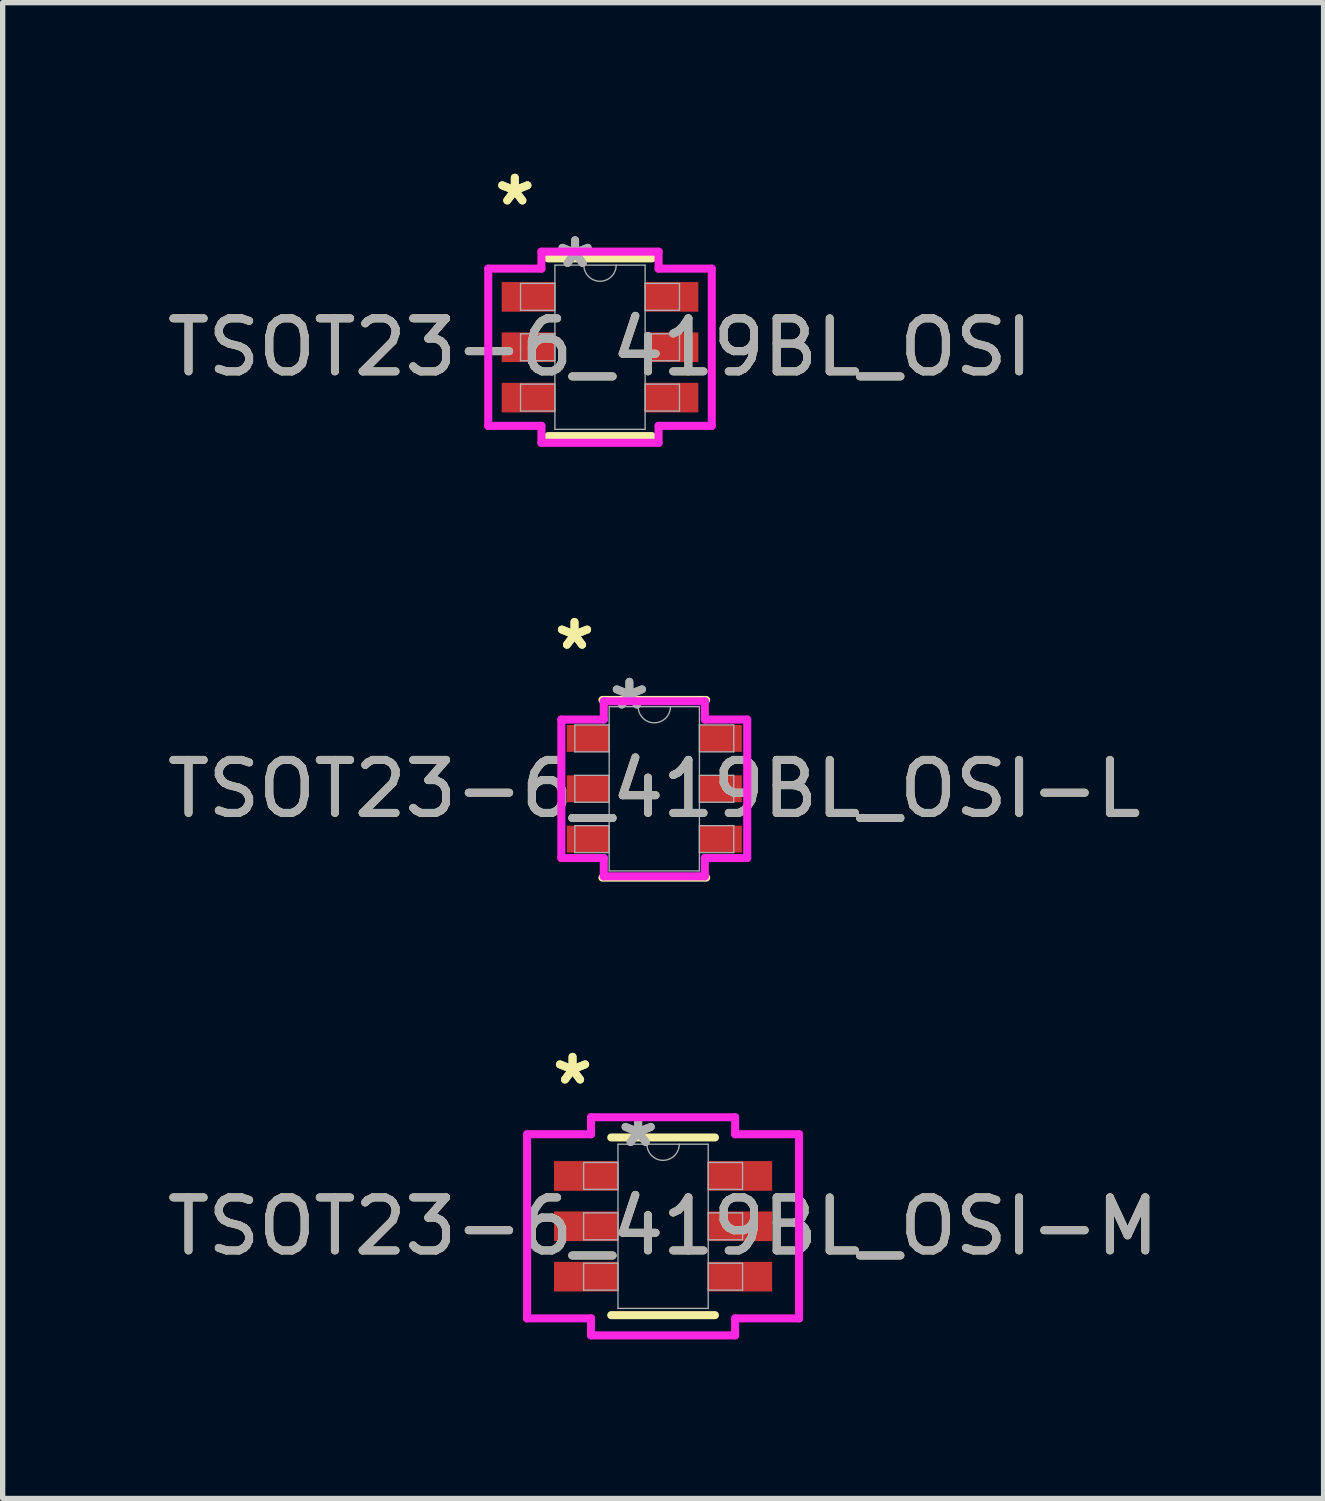
<source format=kicad_pcb>
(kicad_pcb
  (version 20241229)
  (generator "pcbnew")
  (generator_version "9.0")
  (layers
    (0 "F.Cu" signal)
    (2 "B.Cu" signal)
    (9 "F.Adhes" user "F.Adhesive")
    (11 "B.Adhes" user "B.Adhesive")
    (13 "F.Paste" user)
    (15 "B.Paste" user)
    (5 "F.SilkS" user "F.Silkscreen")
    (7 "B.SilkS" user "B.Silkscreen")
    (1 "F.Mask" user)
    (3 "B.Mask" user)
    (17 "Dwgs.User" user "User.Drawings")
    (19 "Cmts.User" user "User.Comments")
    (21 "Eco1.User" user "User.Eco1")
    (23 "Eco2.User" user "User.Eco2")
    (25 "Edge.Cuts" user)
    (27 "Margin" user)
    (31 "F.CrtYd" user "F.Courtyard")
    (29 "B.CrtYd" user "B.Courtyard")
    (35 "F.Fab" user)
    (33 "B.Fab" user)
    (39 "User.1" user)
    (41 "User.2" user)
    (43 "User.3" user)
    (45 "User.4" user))
  (footprint "TSOT23-6_419BL_OSI"
    (layer "F.Cu")
    (at 8.268 3.5)
    (property "Reference" "TSOT23-6_419BL_OSI" (at 0 0 0) (unlocked yes) (layer "F.SilkS") (effects (font (size 1 1) (thickness 0.15))))
    (attr smd)
    (fp_line (start -0.978 1.676) (end 0.978 1.676) (stroke (width 0.152) (type solid)) (layer "F.SilkS"))
    (fp_line (start 0.978 -1.676) (end -0.978 -1.676) (stroke (width 0.152) (type solid)) (layer "F.SilkS"))
    (fp_line (start -2.108 -1.483) (end -1.105 -1.483) (stroke (width 0.152) (type solid)) (layer "F.CrtYd"))
    (fp_line (start -2.108 1.483) (end -2.108 -1.483) (stroke (width 0.152) (type solid)) (layer "F.CrtYd"))
    (fp_line (start -2.108 1.483) (end -1.105 1.483) (stroke (width 0.152) (type solid)) (layer "F.CrtYd"))
    (fp_line (start -1.105 -1.803) (end 1.105 -1.803) (stroke (width 0.152) (type solid)) (layer "F.CrtYd"))
    (fp_line (start -1.105 -1.483) (end -1.105 -1.803) (stroke (width 0.152) (type solid)) (layer "F.CrtYd"))
    (fp_line (start -1.105 1.803) (end -1.105 1.483) (stroke (width 0.152) (type solid)) (layer "F.CrtYd"))
    (fp_line (start 1.105 -1.803) (end 1.105 -1.483) (stroke (width 0.152) (type solid)) (layer "F.CrtYd"))
    (fp_line (start 1.105 1.483) (end 1.105 1.803) (stroke (width 0.152) (type solid)) (layer "F.CrtYd"))
    (fp_line (start 1.105 1.803) (end -1.105 1.803) (stroke (width 0.152) (type solid)) (layer "F.CrtYd"))
    (fp_line (start 2.108 -1.483) (end 1.105 -1.483) (stroke (width 0.152) (type solid)) (layer "F.CrtYd"))
    (fp_line (start 2.108 -1.483) (end 2.108 1.483) (stroke (width 0.152) (type solid)) (layer "F.CrtYd"))
    (fp_line (start 2.108 1.483) (end 1.105 1.483) (stroke (width 0.152) (type solid)) (layer "F.CrtYd"))
    (fp_line (start -1.499 -1.204) (end -1.499 -0.696) (stroke (width 0.025) (type solid)) (layer "F.Fab"))
    (fp_line (start -1.499 -0.696) (end -0.851 -0.696) (stroke (width 0.025) (type solid)) (layer "F.Fab"))
    (fp_line (start -1.499 -0.254) (end -1.499 0.254) (stroke (width 0.025) (type solid)) (layer "F.Fab"))
    (fp_line (start -1.499 0.254) (end -0.851 0.254) (stroke (width 0.025) (type solid)) (layer "F.Fab"))
    (fp_line (start -1.499 0.696) (end -1.499 1.204) (stroke (width 0.025) (type solid)) (layer "F.Fab"))
    (fp_line (start -1.499 1.204) (end -0.851 1.204) (stroke (width 0.025) (type solid)) (layer "F.Fab"))
    (fp_line (start -0.851 -1.549) (end -0.851 1.549) (stroke (width 0.025) (type solid)) (layer "F.Fab"))
    (fp_line (start -0.851 -1.204) (end -1.499 -1.204) (stroke (width 0.025) (type solid)) (layer "F.Fab"))
    (fp_line (start -0.851 -0.696) (end -0.851 -1.204) (stroke (width 0.025) (type solid)) (layer "F.Fab"))
    (fp_line (start -0.851 -0.254) (end -1.499 -0.254) (stroke (width 0.025) (type solid)) (layer "F.Fab"))
    (fp_line (start -0.851 0.254) (end -0.851 -0.254) (stroke (width 0.025) (type solid)) (layer "F.Fab"))
    (fp_line (start -0.851 0.696) (end -1.499 0.696) (stroke (width 0.025) (type solid)) (layer "F.Fab"))
    (fp_line (start -0.851 1.204) (end -0.851 0.696) (stroke (width 0.025) (type solid)) (layer "F.Fab"))
    (fp_line (start -0.851 1.549) (end 0.851 1.549) (stroke (width 0.025) (type solid)) (layer "F.Fab"))
    (fp_line (start 0.851 -1.549) (end -0.851 -1.549) (stroke (width 0.025) (type solid)) (layer "F.Fab"))
    (fp_line (start 0.851 -1.204) (end 0.851 -0.696) (stroke (width 0.025) (type solid)) (layer "F.Fab"))
    (fp_line (start 0.851 -0.696) (end 1.499 -0.696) (stroke (width 0.025) (type solid)) (layer "F.Fab"))
    (fp_line (start 0.851 -0.254) (end 0.851 0.254) (stroke (width 0.025) (type solid)) (layer "F.Fab"))
    (fp_line (start 0.851 0.254) (end 1.499 0.254) (stroke (width 0.025) (type solid)) (layer "F.Fab"))
    (fp_line (start 0.851 0.696) (end 0.851 1.204) (stroke (width 0.025) (type solid)) (layer "F.Fab"))
    (fp_line (start 0.851 1.204) (end 1.499 1.204) (stroke (width 0.025) (type solid)) (layer "F.Fab"))
    (fp_line (start 0.851 1.549) (end 0.851 -1.549) (stroke (width 0.025) (type solid)) (layer "F.Fab"))
    (fp_line (start 1.499 -1.204) (end 0.851 -1.204) (stroke (width 0.025) (type solid)) (layer "F.Fab"))
    (fp_line (start 1.499 -0.696) (end 1.499 -1.204) (stroke (width 0.025) (type solid)) (layer "F.Fab"))
    (fp_line (start 1.499 -0.254) (end 0.851 -0.254) (stroke (width 0.025) (type solid)) (layer "F.Fab"))
    (fp_line (start 1.499 0.254) (end 1.499 -0.254) (stroke (width 0.025) (type solid)) (layer "F.Fab"))
    (fp_line (start 1.499 0.696) (end 0.851 0.696) (stroke (width 0.025) (type solid)) (layer "F.Fab"))
    (fp_line (start 1.499 1.204) (end 1.499 0.696) (stroke (width 0.025) (type solid)) (layer "F.Fab"))
    (fp_arc (start 0.3048 -1.5494) (mid 0 -1.2446) (end -0.3048 -1.5494) (stroke (width 0.0254) (type solid)) (layer "F.Fab"))
    (fp_text user "*" (at -1.607 -2.652 0) (unlocked yes) (layer "F.SilkS") (effects (font (size 1 1) (thickness 0.15))))
    (fp_text user "*" (at -1.607 -2.652 0) (layer "F.SilkS") (effects (font (size 1 1) (thickness 0.15))))
    (fp_text user "*" (at -0.47 -1.473 0) (layer "F.Fab") (effects (font (size 1 1) (thickness 0.15))))
    (fp_text user "${REFERENCE}" (at 0 0 0) (unlocked yes) (layer "F.Fab") (effects (font (size 1 1) (thickness 0.15))))
    (fp_text user "*" (at -0.47 -1.473 0) (unlocked yes) (layer "F.Fab") (effects (font (size 1 1) (thickness 0.15))))
    (pad "1" smd rect (at -1.353 -0.95) (size 1.003 0.559) (layers "F.Cu" "F.Mask" "F.Paste"))
    (pad "2" smd rect (at -1.353 0) (size 1.003 0.559) (layers "F.Cu" "F.Mask" "F.Paste"))
    (pad "3" smd rect (at -1.353 0.95) (size 1.003 0.559) (layers "F.Cu" "F.Mask" "F.Paste"))
    (pad "4" smd rect (at 1.353 0.95) (size 1.003 0.559) (layers "F.Cu" "F.Mask" "F.Paste"))
    (pad "5" smd rect (at 1.353 0) (size 1.003 0.559) (layers "F.Cu" "F.Mask" "F.Paste"))
    (pad "6" smd rect (at 1.353 -0.95) (size 1.003 0.559) (layers "F.Cu" "F.Mask" "F.Paste")))
  (footprint "TSOT23-6_419BL_OSI-M"
    (layer "F.Cu")
    (at 9.458 20.082)
    (property "Reference" "TSOT23-6_419BL_OSI-M" (at 0 0 0) (unlocked yes) (layer "F.SilkS") (effects (font (size 1 1) (thickness 0.15))))
    (attr smd)
    (fp_line (start -0.978 1.676) (end 0.978 1.676) (stroke (width 0.152) (type solid)) (layer "F.SilkS"))
    (fp_line (start 0.978 -1.676) (end -0.978 -1.676) (stroke (width 0.152) (type solid)) (layer "F.SilkS"))
    (fp_line (start -2.565 -1.737) (end -1.359 -1.737) (stroke (width 0.152) (type solid)) (layer "F.CrtYd"))
    (fp_line (start -2.565 1.737) (end -2.565 -1.737) (stroke (width 0.152) (type solid)) (layer "F.CrtYd"))
    (fp_line (start -2.565 1.737) (end -1.359 1.737) (stroke (width 0.152) (type solid)) (layer "F.CrtYd"))
    (fp_line (start -1.359 -2.057) (end 1.359 -2.057) (stroke (width 0.152) (type solid)) (layer "F.CrtYd"))
    (fp_line (start -1.359 -1.737) (end -1.359 -2.057) (stroke (width 0.152) (type solid)) (layer "F.CrtYd"))
    (fp_line (start -1.359 2.057) (end -1.359 1.737) (stroke (width 0.152) (type solid)) (layer "F.CrtYd"))
    (fp_line (start 1.359 -2.057) (end 1.359 -1.737) (stroke (width 0.152) (type solid)) (layer "F.CrtYd"))
    (fp_line (start 1.359 1.737) (end 1.359 2.057) (stroke (width 0.152) (type solid)) (layer "F.CrtYd"))
    (fp_line (start 1.359 2.057) (end -1.359 2.057) (stroke (width 0.152) (type solid)) (layer "F.CrtYd"))
    (fp_line (start 2.565 -1.737) (end 1.359 -1.737) (stroke (width 0.152) (type solid)) (layer "F.CrtYd"))
    (fp_line (start 2.565 -1.737) (end 2.565 1.737) (stroke (width 0.152) (type solid)) (layer "F.CrtYd"))
    (fp_line (start 2.565 1.737) (end 1.359 1.737) (stroke (width 0.152) (type solid)) (layer "F.CrtYd"))
    (fp_line (start -1.499 -1.204) (end -1.499 -0.696) (stroke (width 0.025) (type solid)) (layer "F.Fab"))
    (fp_line (start -1.499 -0.696) (end -0.851 -0.696) (stroke (width 0.025) (type solid)) (layer "F.Fab"))
    (fp_line (start -1.499 -0.254) (end -1.499 0.254) (stroke (width 0.025) (type solid)) (layer "F.Fab"))
    (fp_line (start -1.499 0.254) (end -0.851 0.254) (stroke (width 0.025) (type solid)) (layer "F.Fab"))
    (fp_line (start -1.499 0.696) (end -1.499 1.204) (stroke (width 0.025) (type solid)) (layer "F.Fab"))
    (fp_line (start -1.499 1.204) (end -0.851 1.204) (stroke (width 0.025) (type solid)) (layer "F.Fab"))
    (fp_line (start -0.851 -1.549) (end -0.851 1.549) (stroke (width 0.025) (type solid)) (layer "F.Fab"))
    (fp_line (start -0.851 -1.204) (end -1.499 -1.204) (stroke (width 0.025) (type solid)) (layer "F.Fab"))
    (fp_line (start -0.851 -0.696) (end -0.851 -1.204) (stroke (width 0.025) (type solid)) (layer "F.Fab"))
    (fp_line (start -0.851 -0.254) (end -1.499 -0.254) (stroke (width 0.025) (type solid)) (layer "F.Fab"))
    (fp_line (start -0.851 0.254) (end -0.851 -0.254) (stroke (width 0.025) (type solid)) (layer "F.Fab"))
    (fp_line (start -0.851 0.696) (end -1.499 0.696) (stroke (width 0.025) (type solid)) (layer "F.Fab"))
    (fp_line (start -0.851 1.204) (end -0.851 0.696) (stroke (width 0.025) (type solid)) (layer "F.Fab"))
    (fp_line (start -0.851 1.549) (end 0.851 1.549) (stroke (width 0.025) (type solid)) (layer "F.Fab"))
    (fp_line (start 0.851 -1.549) (end -0.851 -1.549) (stroke (width 0.025) (type solid)) (layer "F.Fab"))
    (fp_line (start 0.851 -1.204) (end 0.851 -0.696) (stroke (width 0.025) (type solid)) (layer "F.Fab"))
    (fp_line (start 0.851 -0.696) (end 1.499 -0.696) (stroke (width 0.025) (type solid)) (layer "F.Fab"))
    (fp_line (start 0.851 -0.254) (end 0.851 0.254) (stroke (width 0.025) (type solid)) (layer "F.Fab"))
    (fp_line (start 0.851 0.254) (end 1.499 0.254) (stroke (width 0.025) (type solid)) (layer "F.Fab"))
    (fp_line (start 0.851 0.696) (end 0.851 1.204) (stroke (width 0.025) (type solid)) (layer "F.Fab"))
    (fp_line (start 0.851 1.204) (end 1.499 1.204) (stroke (width 0.025) (type solid)) (layer "F.Fab"))
    (fp_line (start 0.851 1.549) (end 0.851 -1.549) (stroke (width 0.025) (type solid)) (layer "F.Fab"))
    (fp_line (start 1.499 -1.204) (end 0.851 -1.204) (stroke (width 0.025) (type solid)) (layer "F.Fab"))
    (fp_line (start 1.499 -0.696) (end 1.499 -1.204) (stroke (width 0.025) (type solid)) (layer "F.Fab"))
    (fp_line (start 1.499 -0.254) (end 0.851 -0.254) (stroke (width 0.025) (type solid)) (layer "F.Fab"))
    (fp_line (start 1.499 0.254) (end 1.499 -0.254) (stroke (width 0.025) (type solid)) (layer "F.Fab"))
    (fp_line (start 1.499 0.696) (end 0.851 0.696) (stroke (width 0.025) (type solid)) (layer "F.Fab"))
    (fp_line (start 1.499 1.204) (end 1.499 0.696) (stroke (width 0.025) (type solid)) (layer "F.Fab"))
    (fp_arc (start 0.3048 -1.5494) (mid 0 -1.2446) (end -0.3048 -1.5494) (stroke (width 0.0254) (type solid)) (layer "F.Fab"))
    (fp_text user "*" (at -1.708 -2.652 0) (layer "F.SilkS") (effects (font (size 1 1) (thickness 0.15))))
    (fp_text user "*" (at -1.708 -2.652 0) (unlocked yes) (layer "F.SilkS") (effects (font (size 1 1) (thickness 0.15))))
    (fp_text user "*" (at -0.47 -1.473 0) (layer "F.Fab") (effects (font (size 1 1) (thickness 0.15))))
    (fp_text user "*" (at -0.47 -1.473 0) (unlocked yes) (layer "F.Fab") (effects (font (size 1 1) (thickness 0.15))))
    (fp_text user "${REFERENCE}" (at 0 0 0) (unlocked yes) (layer "F.Fab") (effects (font (size 1 1) (thickness 0.15))))
    (pad "1" smd rect (at -1.454 -0.95) (size 1.206 0.559) (layers "F.Cu" "F.Mask" "F.Paste"))
    (pad "2" smd rect (at -1.454 0) (size 1.206 0.559) (layers "F.Cu" "F.Mask" "F.Paste"))
    (pad "3" smd rect (at -1.454 0.95) (size 1.206 0.559) (layers "F.Cu" "F.Mask" "F.Paste"))
    (pad "4" smd rect (at 1.454 0.95) (size 1.206 0.559) (layers "F.Cu" "F.Mask" "F.Paste"))
    (pad "5" smd rect (at 1.454 0) (size 1.206 0.559) (layers "F.Cu" "F.Mask" "F.Paste"))
    (pad "6" smd rect (at 1.454 -0.95) (size 1.206 0.559) (layers "F.Cu" "F.Mask" "F.Paste")))
  (footprint "TSOT23-6_419BL_OSI-L"
    (layer "F.Cu")
    (at 9.292 11.829)
    (property "Reference" "TSOT23-6_419BL_OSI-L" (at 0 0 0) (unlocked yes) (layer "F.SilkS") (effects (font (size 1 1) (thickness 0.15))))
    (attr smd)
    (fp_line (start -0.978 1.676) (end 0.978 1.676) (stroke (width 0.152) (type solid)) (layer "F.SilkS"))
    (fp_line (start 0.978 -1.676) (end -0.978 -1.676) (stroke (width 0.152) (type solid)) (layer "F.SilkS"))
    (fp_line (start -1.753 -1.306) (end -0.953 -1.306) (stroke (width 0.152) (type solid)) (layer "F.CrtYd"))
    (fp_line (start -1.753 1.306) (end -1.753 -1.306) (stroke (width 0.152) (type solid)) (layer "F.CrtYd"))
    (fp_line (start -1.753 1.306) (end -0.953 1.306) (stroke (width 0.152) (type solid)) (layer "F.CrtYd"))
    (fp_line (start -0.953 -1.651) (end 0.953 -1.651) (stroke (width 0.152) (type solid)) (layer "F.CrtYd"))
    (fp_line (start -0.953 -1.306) (end -0.953 -1.651) (stroke (width 0.152) (type solid)) (layer "F.CrtYd"))
    (fp_line (start -0.953 1.651) (end -0.953 1.306) (stroke (width 0.152) (type solid)) (layer "F.CrtYd"))
    (fp_line (start 0.953 -1.651) (end 0.953 -1.306) (stroke (width 0.152) (type solid)) (layer "F.CrtYd"))
    (fp_line (start 0.953 1.306) (end 0.953 1.651) (stroke (width 0.152) (type solid)) (layer "F.CrtYd"))
    (fp_line (start 0.953 1.651) (end -0.953 1.651) (stroke (width 0.152) (type solid)) (layer "F.CrtYd"))
    (fp_line (start 1.753 -1.306) (end 0.953 -1.306) (stroke (width 0.152) (type solid)) (layer "F.CrtYd"))
    (fp_line (start 1.753 -1.306) (end 1.753 1.306) (stroke (width 0.152) (type solid)) (layer "F.CrtYd"))
    (fp_line (start 1.753 1.306) (end 0.953 1.306) (stroke (width 0.152) (type solid)) (layer "F.CrtYd"))
    (fp_line (start -1.499 -1.204) (end -1.499 -0.696) (stroke (width 0.025) (type solid)) (layer "F.Fab"))
    (fp_line (start -1.499 -0.696) (end -0.851 -0.696) (stroke (width 0.025) (type solid)) (layer "F.Fab"))
    (fp_line (start -1.499 -0.254) (end -1.499 0.254) (stroke (width 0.025) (type solid)) (layer "F.Fab"))
    (fp_line (start -1.499 0.254) (end -0.851 0.254) (stroke (width 0.025) (type solid)) (layer "F.Fab"))
    (fp_line (start -1.499 0.696) (end -1.499 1.204) (stroke (width 0.025) (type solid)) (layer "F.Fab"))
    (fp_line (start -1.499 1.204) (end -0.851 1.204) (stroke (width 0.025) (type solid)) (layer "F.Fab"))
    (fp_line (start -0.851 -1.549) (end -0.851 1.549) (stroke (width 0.025) (type solid)) (layer "F.Fab"))
    (fp_line (start -0.851 -1.204) (end -1.499 -1.204) (stroke (width 0.025) (type solid)) (layer "F.Fab"))
    (fp_line (start -0.851 -0.696) (end -0.851 -1.204) (stroke (width 0.025) (type solid)) (layer "F.Fab"))
    (fp_line (start -0.851 -0.254) (end -1.499 -0.254) (stroke (width 0.025) (type solid)) (layer "F.Fab"))
    (fp_line (start -0.851 0.254) (end -0.851 -0.254) (stroke (width 0.025) (type solid)) (layer "F.Fab"))
    (fp_line (start -0.851 0.696) (end -1.499 0.696) (stroke (width 0.025) (type solid)) (layer "F.Fab"))
    (fp_line (start -0.851 1.204) (end -0.851 0.696) (stroke (width 0.025) (type solid)) (layer "F.Fab"))
    (fp_line (start -0.851 1.549) (end 0.851 1.549) (stroke (width 0.025) (type solid)) (layer "F.Fab"))
    (fp_line (start 0.851 -1.549) (end -0.851 -1.549) (stroke (width 0.025) (type solid)) (layer "F.Fab"))
    (fp_line (start 0.851 -1.204) (end 0.851 -0.696) (stroke (width 0.025) (type solid)) (layer "F.Fab"))
    (fp_line (start 0.851 -0.696) (end 1.499 -0.696) (stroke (width 0.025) (type solid)) (layer "F.Fab"))
    (fp_line (start 0.851 -0.254) (end 0.851 0.254) (stroke (width 0.025) (type solid)) (layer "F.Fab"))
    (fp_line (start 0.851 0.254) (end 1.499 0.254) (stroke (width 0.025) (type solid)) (layer "F.Fab"))
    (fp_line (start 0.851 0.696) (end 0.851 1.204) (stroke (width 0.025) (type solid)) (layer "F.Fab"))
    (fp_line (start 0.851 1.204) (end 1.499 1.204) (stroke (width 0.025) (type solid)) (layer "F.Fab"))
    (fp_line (start 0.851 1.549) (end 0.851 -1.549) (stroke (width 0.025) (type solid)) (layer "F.Fab"))
    (fp_line (start 1.499 -1.204) (end 0.851 -1.204) (stroke (width 0.025) (type solid)) (layer "F.Fab"))
    (fp_line (start 1.499 -0.696) (end 1.499 -1.204) (stroke (width 0.025) (type solid)) (layer "F.Fab"))
    (fp_line (start 1.499 -0.254) (end 0.851 -0.254) (stroke (width 0.025) (type solid)) (layer "F.Fab"))
    (fp_line (start 1.499 0.254) (end 1.499 -0.254) (stroke (width 0.025) (type solid)) (layer "F.Fab"))
    (fp_line (start 1.499 0.696) (end 0.851 0.696) (stroke (width 0.025) (type solid)) (layer "F.Fab"))
    (fp_line (start 1.499 1.204) (end 1.499 0.696) (stroke (width 0.025) (type solid)) (layer "F.Fab"))
    (fp_arc (start 0.3048 -1.5494) (mid 0 -1.2446) (end -0.3048 -1.5494) (stroke (width 0.0254) (type solid)) (layer "F.Fab"))
    (fp_text user "*" (at -1.505 -2.601 0) (layer "F.SilkS") (effects (font (size 1 1) (thickness 0.15))))
    (fp_text user "*" (at -1.505 -2.601 0) (unlocked yes) (layer "F.SilkS") (effects (font (size 1 1) (thickness 0.15))))
    (fp_text user "${REFERENCE}" (at 0 0 0) (unlocked yes) (layer "F.Fab") (effects (font (size 1 1) (thickness 0.15))))
    (fp_text user "*" (at -0.47 -1.473 0) (unlocked yes) (layer "F.Fab") (effects (font (size 1 1) (thickness 0.15))))
    (fp_text user "*" (at -0.47 -1.473 0) (layer "F.Fab") (effects (font (size 1 1) (thickness 0.15))))
    (pad "1" smd rect (at -1.251 -0.95) (size 0.8 0.508) (layers "F.Cu" "F.Mask" "F.Paste"))
    (pad "2" smd rect (at -1.251 0) (size 0.8 0.508) (layers "F.Cu" "F.Mask" "F.Paste"))
    (pad "3" smd rect (at -1.251 0.95) (size 0.8 0.508) (layers "F.Cu" "F.Mask" "F.Paste"))
    (pad "4" smd rect (at 1.251 0.95) (size 0.8 0.508) (layers "F.Cu" "F.Mask" "F.Paste"))
    (pad "5" smd rect (at 1.251 0) (size 0.8 0.508) (layers "F.Cu" "F.Mask" "F.Paste"))
    (pad "6" smd rect (at 1.251 -0.95) (size 0.8 0.508) (layers "F.Cu" "F.Mask" "F.Paste")))
  (gr_rect
    (start -3 -3)
    (end 21.917 25.215)
    (stroke (width 0.1) (type default))
    (fill no)
    (layer "Edge.Cuts")))
</source>
